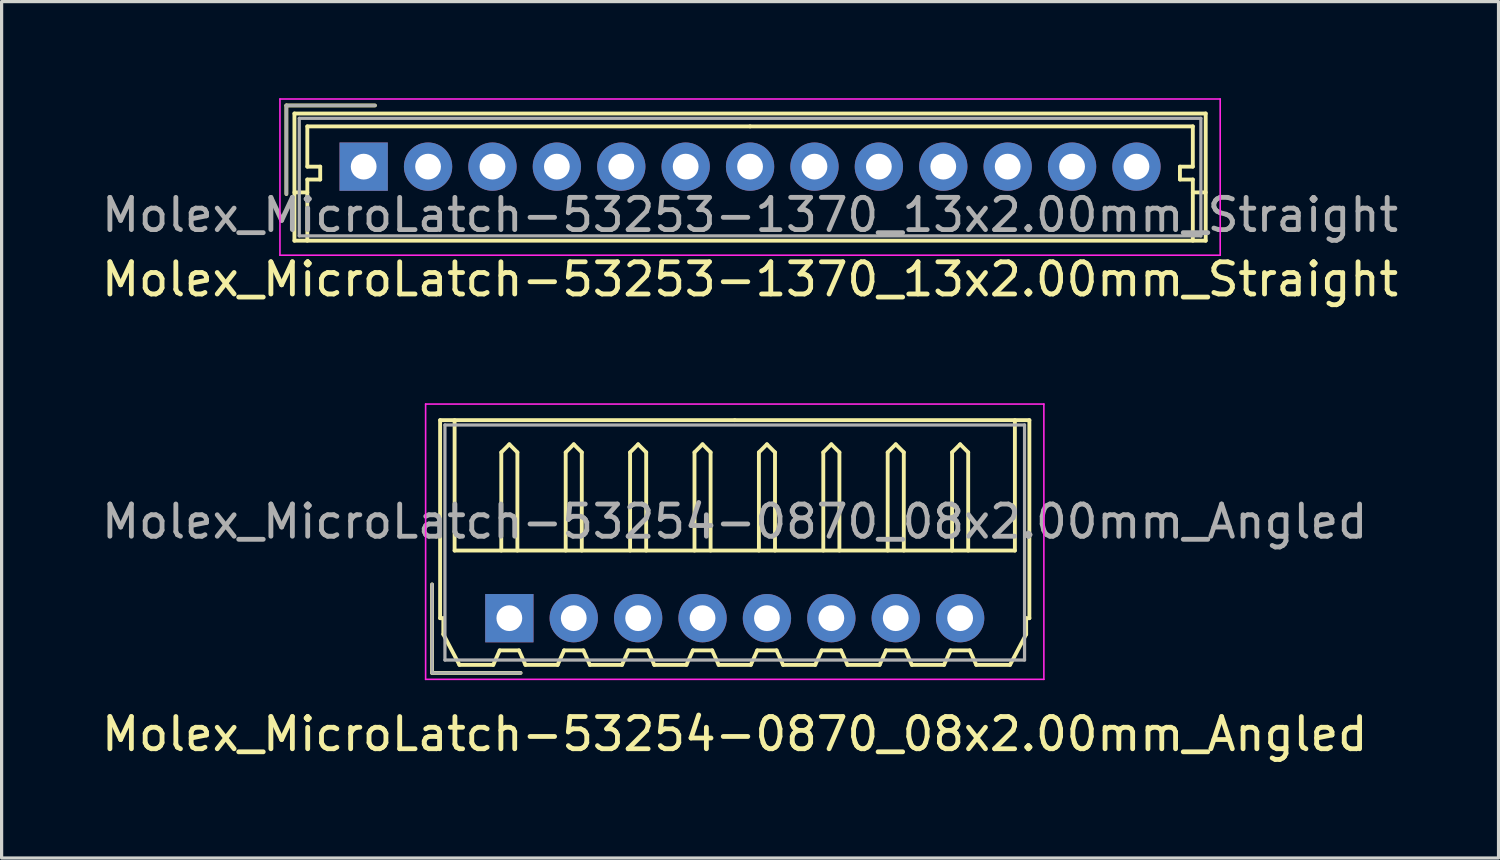
<source format=kicad_pcb>
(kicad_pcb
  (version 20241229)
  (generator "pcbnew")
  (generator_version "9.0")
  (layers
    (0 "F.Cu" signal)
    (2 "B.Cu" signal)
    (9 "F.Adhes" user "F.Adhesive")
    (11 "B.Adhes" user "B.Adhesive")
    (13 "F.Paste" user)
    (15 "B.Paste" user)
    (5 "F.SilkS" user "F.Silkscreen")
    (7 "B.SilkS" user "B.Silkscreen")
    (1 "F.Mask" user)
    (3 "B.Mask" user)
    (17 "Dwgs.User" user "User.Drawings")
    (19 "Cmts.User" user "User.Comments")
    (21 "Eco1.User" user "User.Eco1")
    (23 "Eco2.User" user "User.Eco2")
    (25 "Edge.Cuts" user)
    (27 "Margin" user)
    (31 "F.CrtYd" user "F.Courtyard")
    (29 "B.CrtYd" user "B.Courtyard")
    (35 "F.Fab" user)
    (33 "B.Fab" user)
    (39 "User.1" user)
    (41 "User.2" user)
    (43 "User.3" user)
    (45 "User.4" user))
  (footprint "Molex_MicroLatch-53254-0870_08x2.00mm_Angled"
    (layer "F.Cu")
    (at 12.768 16.148)
    (property "Reference" "Molex_MicroLatch-53254-0870_08x2.00mm_Angled" (at 7 3.6 0) (layer "F.SilkS") (effects (font (size 1 1) (thickness 0.15))))
    (attr through_hole)
    (fp_line (start -2.4 1.7) (end -2.4 -1.05) (stroke (width 0.12) (type solid)) (layer "F.SilkS"))
    (fp_line (start -2.15 -6.15) (end 7 -6.15) (stroke (width 0.12) (type solid)) (layer "F.SilkS"))
    (fp_line (start -2.15 0) (end -2.15 -6.15) (stroke (width 0.12) (type solid)) (layer "F.SilkS"))
    (fp_line (start -2.05 0) (end -2.15 0) (stroke (width 0.12) (type solid)) (layer "F.SilkS"))
    (fp_line (start -2.05 0.5) (end -2.05 0) (stroke (width 0.12) (type solid)) (layer "F.SilkS"))
    (fp_line (start -1.7 -6.15) (end -1.7 -2.1) (stroke (width 0.12) (type solid)) (layer "F.SilkS"))
    (fp_line (start -1.7 -2.1) (end 15.7 -2.1) (stroke (width 0.12) (type solid)) (layer "F.SilkS"))
    (fp_line (start -1.55 1.45) (end -2.05 0.5) (stroke (width 0.12) (type solid)) (layer "F.SilkS"))
    (fp_line (start -0.5 1.45) (end -1.55 1.45) (stroke (width 0.12) (type solid)) (layer "F.SilkS"))
    (fp_line (start -0.3 1) (end -0.5 1.45) (stroke (width 0.12) (type solid)) (layer "F.SilkS"))
    (fp_line (start -0.3 1) (end 0.3 1) (stroke (width 0.12) (type solid)) (layer "F.SilkS"))
    (fp_line (start -0.25 -5.15) (end 0 -5.4) (stroke (width 0.12) (type solid)) (layer "F.SilkS"))
    (fp_line (start -0.25 -2.1) (end -0.25 -5.15) (stroke (width 0.12) (type solid)) (layer "F.SilkS"))
    (fp_line (start 0 -5.4) (end 0.25 -5.15) (stroke (width 0.12) (type solid)) (layer "F.SilkS"))
    (fp_line (start 0.25 -5.15) (end 0.25 -2.1) (stroke (width 0.12) (type solid)) (layer "F.SilkS"))
    (fp_line (start 0.3 1) (end 0.5 1.45) (stroke (width 0.12) (type solid)) (layer "F.SilkS"))
    (fp_line (start 0.35 1.7) (end -2.4 1.7) (stroke (width 0.12) (type solid)) (layer "F.SilkS"))
    (fp_line (start 0.5 1.45) (end 1.5 1.45) (stroke (width 0.12) (type solid)) (layer "F.SilkS"))
    (fp_line (start 1.5 1.45) (end 1.7 1) (stroke (width 0.12) (type solid)) (layer "F.SilkS"))
    (fp_line (start 1.7 1) (end 2.3 1) (stroke (width 0.12) (type solid)) (layer "F.SilkS"))
    (fp_line (start 1.75 -5.15) (end 2 -5.4) (stroke (width 0.12) (type solid)) (layer "F.SilkS"))
    (fp_line (start 1.75 -2.1) (end 1.75 -5.15) (stroke (width 0.12) (type solid)) (layer "F.SilkS"))
    (fp_line (start 2 -5.4) (end 2.25 -5.15) (stroke (width 0.12) (type solid)) (layer "F.SilkS"))
    (fp_line (start 2.25 -5.15) (end 2.25 -2.1) (stroke (width 0.12) (type solid)) (layer "F.SilkS"))
    (fp_line (start 2.3 1) (end 2.5 1.45) (stroke (width 0.12) (type solid)) (layer "F.SilkS"))
    (fp_line (start 2.5 1.45) (end 3.5 1.45) (stroke (width 0.12) (type solid)) (layer "F.SilkS"))
    (fp_line (start 3.5 1.45) (end 3.7 1) (stroke (width 0.12) (type solid)) (layer "F.SilkS"))
    (fp_line (start 3.7 1) (end 4.3 1) (stroke (width 0.12) (type solid)) (layer "F.SilkS"))
    (fp_line (start 3.75 -5.15) (end 4 -5.4) (stroke (width 0.12) (type solid)) (layer "F.SilkS"))
    (fp_line (start 3.75 -2.1) (end 3.75 -5.15) (stroke (width 0.12) (type solid)) (layer "F.SilkS"))
    (fp_line (start 4 -5.4) (end 4.25 -5.15) (stroke (width 0.12) (type solid)) (layer "F.SilkS"))
    (fp_line (start 4.25 -5.15) (end 4.25 -2.1) (stroke (width 0.12) (type solid)) (layer "F.SilkS"))
    (fp_line (start 4.3 1) (end 4.5 1.45) (stroke (width 0.12) (type solid)) (layer "F.SilkS"))
    (fp_line (start 4.5 1.45) (end 5.5 1.45) (stroke (width 0.12) (type solid)) (layer "F.SilkS"))
    (fp_line (start 5.5 1.45) (end 5.7 1) (stroke (width 0.12) (type solid)) (layer "F.SilkS"))
    (fp_line (start 5.7 1) (end 6.3 1) (stroke (width 0.12) (type solid)) (layer "F.SilkS"))
    (fp_line (start 5.75 -5.15) (end 6 -5.4) (stroke (width 0.12) (type solid)) (layer "F.SilkS"))
    (fp_line (start 5.75 -2.1) (end 5.75 -5.15) (stroke (width 0.12) (type solid)) (layer "F.SilkS"))
    (fp_line (start 6 -5.4) (end 6.25 -5.15) (stroke (width 0.12) (type solid)) (layer "F.SilkS"))
    (fp_line (start 6.25 -5.15) (end 6.25 -2.1) (stroke (width 0.12) (type solid)) (layer "F.SilkS"))
    (fp_line (start 6.3 1) (end 6.5 1.45) (stroke (width 0.12) (type solid)) (layer "F.SilkS"))
    (fp_line (start 6.5 1.45) (end 7.5 1.45) (stroke (width 0.12) (type solid)) (layer "F.SilkS"))
    (fp_line (start 7.5 1.45) (end 7.7 1) (stroke (width 0.12) (type solid)) (layer "F.SilkS"))
    (fp_line (start 7.7 1) (end 8.3 1) (stroke (width 0.12) (type solid)) (layer "F.SilkS"))
    (fp_line (start 7.75 -5.15) (end 8 -5.4) (stroke (width 0.12) (type solid)) (layer "F.SilkS"))
    (fp_line (start 7.75 -2.1) (end 7.75 -5.15) (stroke (width 0.12) (type solid)) (layer "F.SilkS"))
    (fp_line (start 8 -5.4) (end 8.25 -5.15) (stroke (width 0.12) (type solid)) (layer "F.SilkS"))
    (fp_line (start 8.25 -5.15) (end 8.25 -2.1) (stroke (width 0.12) (type solid)) (layer "F.SilkS"))
    (fp_line (start 8.3 1) (end 8.5 1.45) (stroke (width 0.12) (type solid)) (layer "F.SilkS"))
    (fp_line (start 8.5 1.45) (end 9.5 1.45) (stroke (width 0.12) (type solid)) (layer "F.SilkS"))
    (fp_line (start 9.5 1.45) (end 9.7 1) (stroke (width 0.12) (type solid)) (layer "F.SilkS"))
    (fp_line (start 9.7 1) (end 10.3 1) (stroke (width 0.12) (type solid)) (layer "F.SilkS"))
    (fp_line (start 9.75 -5.15) (end 10 -5.4) (stroke (width 0.12) (type solid)) (layer "F.SilkS"))
    (fp_line (start 9.75 -2.1) (end 9.75 -5.15) (stroke (width 0.12) (type solid)) (layer "F.SilkS"))
    (fp_line (start 10 -5.4) (end 10.25 -5.15) (stroke (width 0.12) (type solid)) (layer "F.SilkS"))
    (fp_line (start 10.25 -5.15) (end 10.25 -2.1) (stroke (width 0.12) (type solid)) (layer "F.SilkS"))
    (fp_line (start 10.3 1) (end 10.5 1.45) (stroke (width 0.12) (type solid)) (layer "F.SilkS"))
    (fp_line (start 10.5 1.45) (end 11.5 1.45) (stroke (width 0.12) (type solid)) (layer "F.SilkS"))
    (fp_line (start 11.5 1.45) (end 11.7 1) (stroke (width 0.12) (type solid)) (layer "F.SilkS"))
    (fp_line (start 11.7 1) (end 12.3 1) (stroke (width 0.12) (type solid)) (layer "F.SilkS"))
    (fp_line (start 11.75 -5.15) (end 12 -5.4) (stroke (width 0.12) (type solid)) (layer "F.SilkS"))
    (fp_line (start 11.75 -2.1) (end 11.75 -5.15) (stroke (width 0.12) (type solid)) (layer "F.SilkS"))
    (fp_line (start 12 -5.4) (end 12.25 -5.15) (stroke (width 0.12) (type solid)) (layer "F.SilkS"))
    (fp_line (start 12.25 -5.15) (end 12.25 -2.1) (stroke (width 0.12) (type solid)) (layer "F.SilkS"))
    (fp_line (start 12.3 1) (end 12.5 1.45) (stroke (width 0.12) (type solid)) (layer "F.SilkS"))
    (fp_line (start 12.5 1.45) (end 13.5 1.45) (stroke (width 0.12) (type solid)) (layer "F.SilkS"))
    (fp_line (start 13.5 1.45) (end 13.7 1) (stroke (width 0.12) (type solid)) (layer "F.SilkS"))
    (fp_line (start 13.7 1) (end 14.3 1) (stroke (width 0.12) (type solid)) (layer "F.SilkS"))
    (fp_line (start 13.75 -5.15) (end 14 -5.4) (stroke (width 0.12) (type solid)) (layer "F.SilkS"))
    (fp_line (start 13.75 -2.1) (end 13.75 -5.15) (stroke (width 0.12) (type solid)) (layer "F.SilkS"))
    (fp_line (start 14 -5.4) (end 14.25 -5.15) (stroke (width 0.12) (type solid)) (layer "F.SilkS"))
    (fp_line (start 14.25 -5.15) (end 14.25 -2.1) (stroke (width 0.12) (type solid)) (layer "F.SilkS"))
    (fp_line (start 14.3 1) (end 14.5 1.45) (stroke (width 0.12) (type solid)) (layer "F.SilkS"))
    (fp_line (start 14.5 1.45) (end 15.55 1.45) (stroke (width 0.12) (type solid)) (layer "F.SilkS"))
    (fp_line (start 15.55 1.45) (end 16.05 0.5) (stroke (width 0.12) (type solid)) (layer "F.SilkS"))
    (fp_line (start 15.7 -2.1) (end 15.7 -6.15) (stroke (width 0.12) (type solid)) (layer "F.SilkS"))
    (fp_line (start 16.05 0) (end 16.15 0) (stroke (width 0.12) (type solid)) (layer "F.SilkS"))
    (fp_line (start 16.05 0.5) (end 16.05 0) (stroke (width 0.12) (type solid)) (layer "F.SilkS"))
    (fp_line (start 16.15 -6.15) (end 7 -6.15) (stroke (width 0.12) (type solid)) (layer "F.SilkS"))
    (fp_line (start 16.15 0) (end 16.15 -6.15) (stroke (width 0.12) (type solid)) (layer "F.SilkS"))
    (fp_line (start -2.6 -6.65) (end -2.6 1.9) (stroke (width 0.05) (type solid)) (layer "F.CrtYd"))
    (fp_line (start -2.6 1.9) (end 16.6 1.9) (stroke (width 0.05) (type solid)) (layer "F.CrtYd"))
    (fp_line (start 16.6 -6.65) (end -2.6 -6.65) (stroke (width 0.05) (type solid)) (layer "F.CrtYd"))
    (fp_line (start 16.6 1.9) (end 16.6 -6.65) (stroke (width 0.05) (type solid)) (layer "F.CrtYd"))
    (fp_line (start -2.4 1.7) (end -2.4 -1.05) (stroke (width 0.1) (type solid)) (layer "F.Fab"))
    (fp_line (start -2 -6) (end -2 1.3) (stroke (width 0.1) (type solid)) (layer "F.Fab"))
    (fp_line (start -2 1.3) (end 16 1.3) (stroke (width 0.1) (type solid)) (layer "F.Fab"))
    (fp_line (start 0.35 1.7) (end -2.4 1.7) (stroke (width 0.1) (type solid)) (layer "F.Fab"))
    (fp_line (start 16 -6) (end -2 -6) (stroke (width 0.1) (type solid)) (layer "F.Fab"))
    (fp_line (start 16 1.3) (end 16 -6) (stroke (width 0.1) (type solid)) (layer "F.Fab"))
    (fp_text user "${REFERENCE}" (at 7 -3 0) (layer "F.Fab") (effects (font (size 1 1) (thickness 0.15))))
    (pad "1" thru_hole rect (at 0 0) (size 1.5 1.5) (drill 0.8) (layers "*.Cu" "*.Mask"))
    (pad "2" thru_hole circle (at 2 0) (size 1.5 1.5) (drill 0.8) (layers "*.Cu" "*.Mask"))
    (pad "3" thru_hole circle (at 4 0) (size 1.5 1.5) (drill 0.8) (layers "*.Cu" "*.Mask"))
    (pad "4" thru_hole circle (at 6 0) (size 1.5 1.5) (drill 0.8) (layers "*.Cu" "*.Mask"))
    (pad "5" thru_hole circle (at 8 0) (size 1.5 1.5) (drill 0.8) (layers "*.Cu" "*.Mask"))
    (pad "6" thru_hole circle (at 10 0) (size 1.5 1.5) (drill 0.8) (layers "*.Cu" "*.Mask"))
    (pad "7" thru_hole circle (at 12 0) (size 1.5 1.5) (drill 0.8) (layers "*.Cu" "*.Mask"))
    (pad "8" thru_hole circle (at 14 0) (size 1.5 1.5) (drill 0.8) (layers "*.Cu" "*.Mask")))
  (footprint "Molex_MicroLatch-53253-1370_13x2.00mm_Straight"
    (layer "F.Cu")
    (at 8.244 2.125)
    (property "Reference" "Molex_MicroLatch-53253-1370_13x2.00mm_Straight" (at 12 3.5 0) (layer "F.SilkS") (effects (font (size 1 1) (thickness 0.15))))
    (attr through_hole)
    (fp_line (start -2.4 -1.9) (end -2.4 0.85) (stroke (width 0.12) (type solid)) (layer "F.SilkS"))
    (fp_line (start -2.15 -1.65) (end -2.15 2.3) (stroke (width 0.12) (type solid)) (layer "F.SilkS"))
    (fp_line (start -2.15 0.8) (end -1.75 0.8) (stroke (width 0.12) (type solid)) (layer "F.SilkS"))
    (fp_line (start -2.15 2.3) (end 26.15 2.3) (stroke (width 0.12) (type solid)) (layer "F.SilkS"))
    (fp_line (start -1.75 -1.25) (end -1.75 0) (stroke (width 0.12) (type solid)) (layer "F.SilkS"))
    (fp_line (start -1.75 0) (end -1.35 0) (stroke (width 0.12) (type solid)) (layer "F.SilkS"))
    (fp_line (start -1.75 0.4) (end -1.75 2.3) (stroke (width 0.12) (type solid)) (layer "F.SilkS"))
    (fp_line (start -1.35 0) (end -1.35 0.4) (stroke (width 0.12) (type solid)) (layer "F.SilkS"))
    (fp_line (start -1.35 0.4) (end -1.75 0.4) (stroke (width 0.12) (type solid)) (layer "F.SilkS"))
    (fp_line (start 0.35 -1.9) (end -2.4 -1.9) (stroke (width 0.12) (type solid)) (layer "F.SilkS"))
    (fp_line (start 12 -1.25) (end -1.75 -1.25) (stroke (width 0.12) (type solid)) (layer "F.SilkS"))
    (fp_line (start 12 -1.25) (end 25.75 -1.25) (stroke (width 0.12) (type solid)) (layer "F.SilkS"))
    (fp_line (start 25.35 0) (end 25.35 0.4) (stroke (width 0.12) (type solid)) (layer "F.SilkS"))
    (fp_line (start 25.35 0.4) (end 25.75 0.4) (stroke (width 0.12) (type solid)) (layer "F.SilkS"))
    (fp_line (start 25.75 -1.25) (end 25.75 0) (stroke (width 0.12) (type solid)) (layer "F.SilkS"))
    (fp_line (start 25.75 0) (end 25.35 0) (stroke (width 0.12) (type solid)) (layer "F.SilkS"))
    (fp_line (start 25.75 0.4) (end 25.75 2.3) (stroke (width 0.12) (type solid)) (layer "F.SilkS"))
    (fp_line (start 26.15 -1.65) (end -2.15 -1.65) (stroke (width 0.12) (type solid)) (layer "F.SilkS"))
    (fp_line (start 26.15 0.8) (end 25.75 0.8) (stroke (width 0.12) (type solid)) (layer "F.SilkS"))
    (fp_line (start 26.15 2.3) (end 26.15 -1.65) (stroke (width 0.12) (type solid)) (layer "F.SilkS"))
    (fp_line (start -2.6 -2.1) (end -2.6 2.75) (stroke (width 0.05) (type solid)) (layer "F.CrtYd"))
    (fp_line (start -2.6 2.75) (end 26.6 2.75) (stroke (width 0.05) (type solid)) (layer "F.CrtYd"))
    (fp_line (start 26.6 -2.1) (end -2.6 -2.1) (stroke (width 0.05) (type solid)) (layer "F.CrtYd"))
    (fp_line (start 26.6 2.75) (end 26.6 -2.1) (stroke (width 0.05) (type solid)) (layer "F.CrtYd"))
    (fp_line (start -2.4 -1.9) (end -2.4 0.85) (stroke (width 0.1) (type solid)) (layer "F.Fab"))
    (fp_line (start -2 -1.5) (end -2 2.15) (stroke (width 0.1) (type solid)) (layer "F.Fab"))
    (fp_line (start -2 2.15) (end 26 2.15) (stroke (width 0.1) (type solid)) (layer "F.Fab"))
    (fp_line (start 0.35 -1.9) (end -2.4 -1.9) (stroke (width 0.1) (type solid)) (layer "F.Fab"))
    (fp_line (start 26 -1.5) (end -2 -1.5) (stroke (width 0.1) (type solid)) (layer "F.Fab"))
    (fp_line (start 26 2.15) (end 26 -1.5) (stroke (width 0.1) (type solid)) (layer "F.Fab"))
    (fp_text user "${REFERENCE}" (at 12 1.5 0) (layer "F.Fab") (effects (font (size 1 1) (thickness 0.15))))
    (pad "1" thru_hole rect (at 0 0) (size 1.5 1.5) (drill 0.8) (layers "*.Cu" "*.Mask"))
    (pad "2" thru_hole circle (at 2 0) (size 1.5 1.5) (drill 0.8) (layers "*.Cu" "*.Mask"))
    (pad "3" thru_hole circle (at 4 0) (size 1.5 1.5) (drill 0.8) (layers "*.Cu" "*.Mask"))
    (pad "4" thru_hole circle (at 6 0) (size 1.5 1.5) (drill 0.8) (layers "*.Cu" "*.Mask"))
    (pad "5" thru_hole circle (at 8 0) (size 1.5 1.5) (drill 0.8) (layers "*.Cu" "*.Mask"))
    (pad "6" thru_hole circle (at 10 0) (size 1.5 1.5) (drill 0.8) (layers "*.Cu" "*.Mask"))
    (pad "7" thru_hole circle (at 12 0) (size 1.5 1.5) (drill 0.8) (layers "*.Cu" "*.Mask"))
    (pad "8" thru_hole circle (at 14 0) (size 1.5 1.5) (drill 0.8) (layers "*.Cu" "*.Mask"))
    (pad "9" thru_hole circle (at 16 0) (size 1.5 1.5) (drill 0.8) (layers "*.Cu" "*.Mask"))
    (pad "10" thru_hole circle (at 18 0) (size 1.5 1.5) (drill 0.8) (layers "*.Cu" "*.Mask"))
    (pad "11" thru_hole circle (at 20 0) (size 1.5 1.5) (drill 0.8) (layers "*.Cu" "*.Mask"))
    (pad "12" thru_hole circle (at 22 0) (size 1.5 1.5) (drill 0.8) (layers "*.Cu" "*.Mask"))
    (pad "13" thru_hole circle (at 24 0) (size 1.5 1.5) (drill 0.8) (layers "*.Cu" "*.Mask")))
  (gr_rect
    (start -3 -3)
    (end 43.488 23.596)
    (stroke (width 0.1) (type default))
    (fill no)
    (layer "Edge.Cuts")))
</source>
